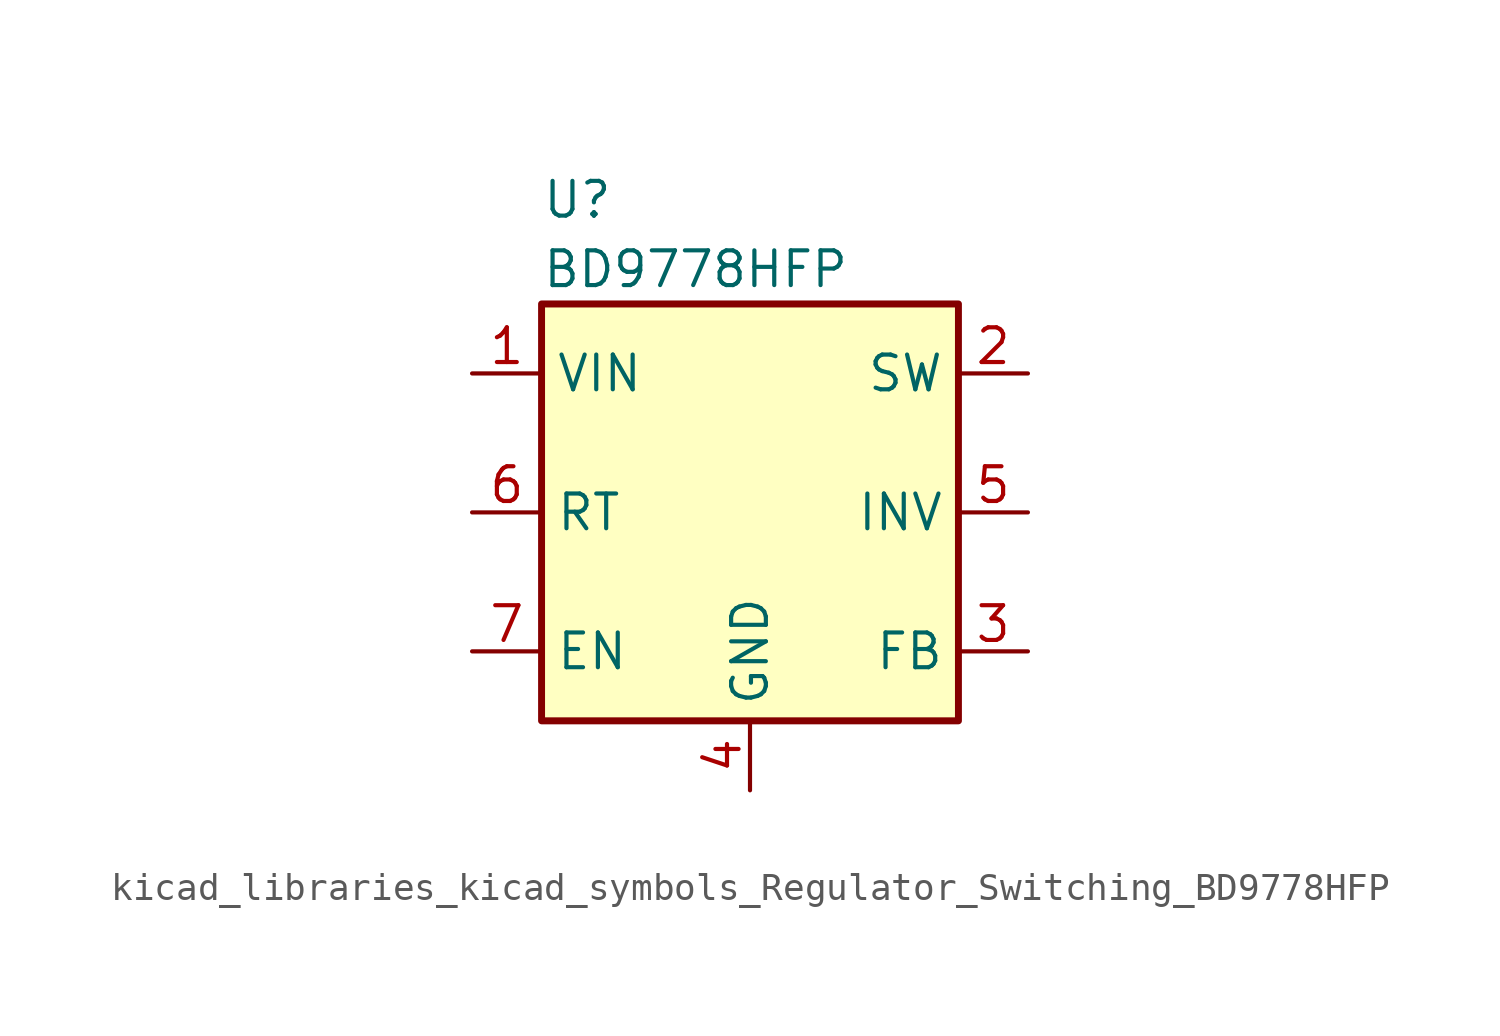
<source format=kicad_sym>
(kicad_symbol_lib
  (version 20220914)
  (generator kicad_symbol_editor)
  (symbol "kicad_libraries_kicad_symbols_Regulator_Switching_BD9778HFP"
    (property "Reference" "U"
      (at -7.62 11.43 0)
      (effects (font (size 1.27 1.27)) (justify left)))
    (property "Value" "BD9778HFP"
      (at -7.62 8.89 0)
      (effects (font (size 1.27 1.27)) (justify left)))
    (symbol "kicad_libraries_kicad_symbols_Regulator_Switching_BD9778HFP_0_1"
      (rectangle (start -7.62 7.62) (end 7.62 -7.62) (stroke (width 0.254) (type default)) (fill (type background))))
    (symbol "kicad_libraries_kicad_symbols_Regulator_Switching_BD9778HFP_1_1"
      (pin power_in line (at -10.16 5.08 0) (length 2.54) (name "VIN" (effects (font (size 1.27 1.27)))) (number "1" (effects (font (size 1.27 1.27)))))
      (pin output line (at 10.16 5.08 180) (length 2.54) (name "SW" (effects (font (size 1.27 1.27)))) (number "2" (effects (font (size 1.27 1.27)))))
      (pin passive line (at 10.16 -5.08 180) (length 2.54) (name "FB" (effects (font (size 1.27 1.27)))) (number "3" (effects (font (size 1.27 1.27)))))
      (pin power_in line (at 0 -10.16 90) (length 2.54) (name "GND" (effects (font (size 1.27 1.27)))) (number "4" (effects (font (size 1.27 1.27)))))
      (pin input line (at 10.16 0 180) (length 2.54) (name "INV" (effects (font (size 1.27 1.27)))) (number "5" (effects (font (size 1.27 1.27)))))
      (pin passive line (at -10.16 0 0) (length 2.54) (name "RT" (effects (font (size 1.27 1.27)))) (number "6" (effects (font (size 1.27 1.27)))))
      (pin passive line (at -10.16 -5.08 0) (length 2.54) (name "EN" (effects (font (size 1.27 1.27)))) (number "7" (effects (font (size 1.27 1.27))))))))
</source>
